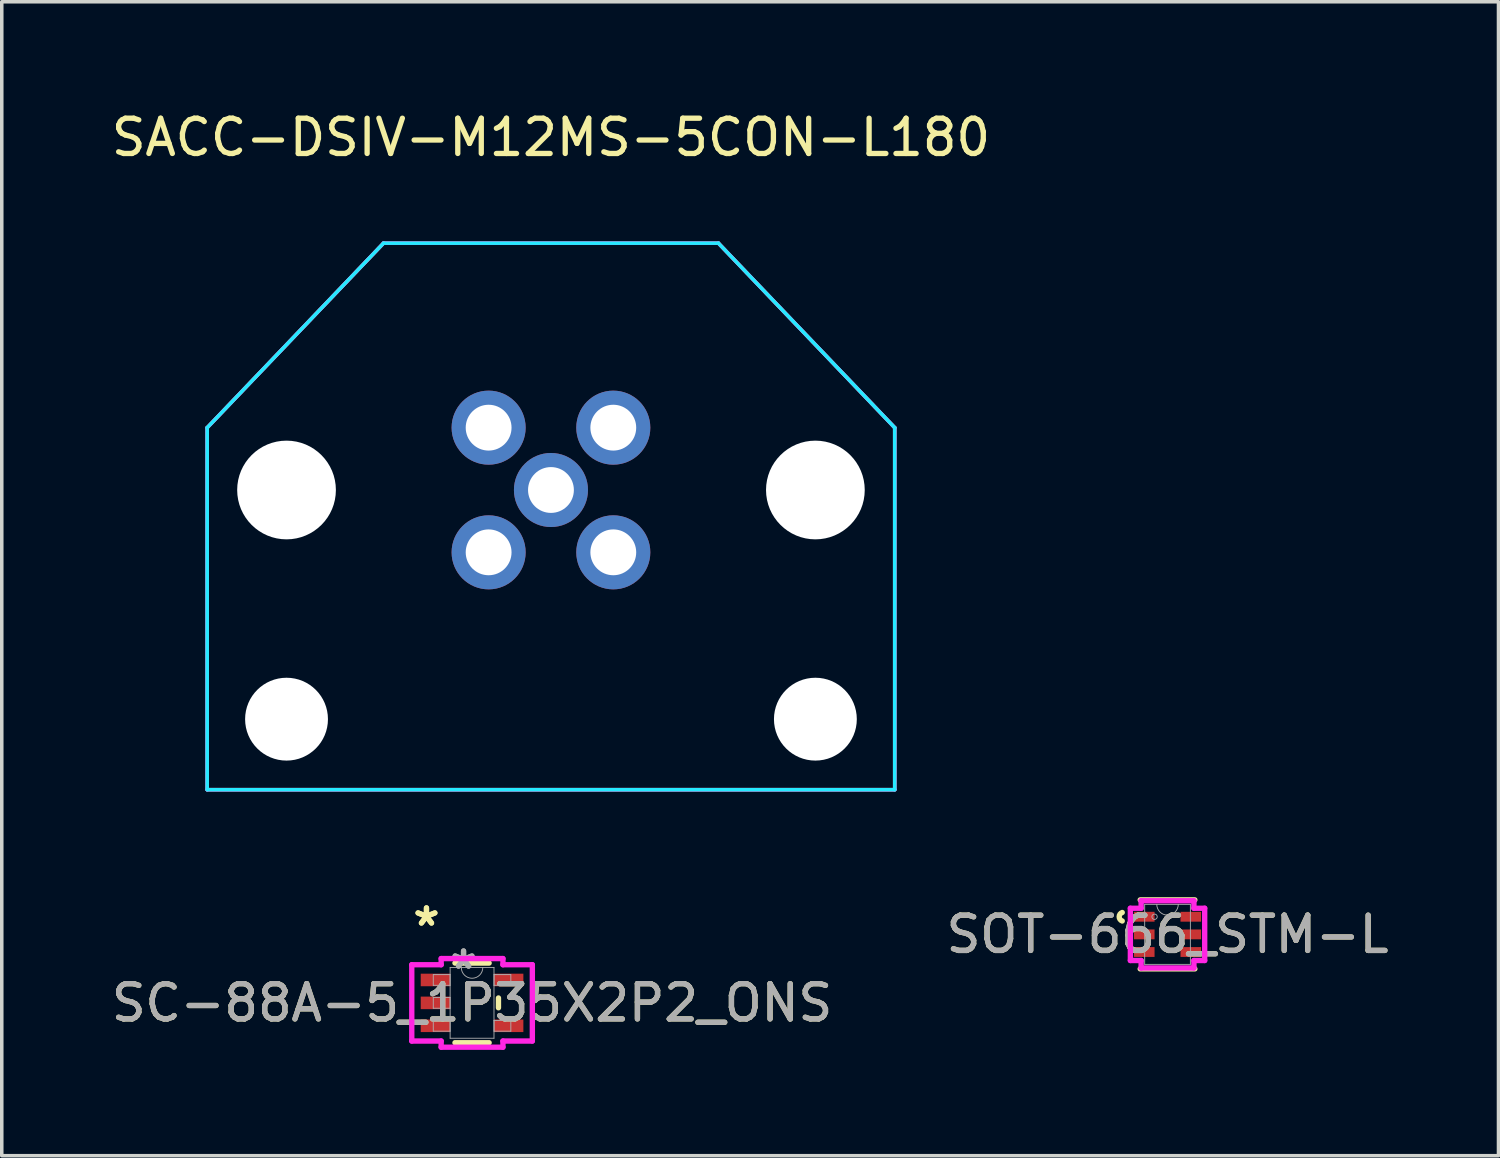
<source format=kicad_pcb>
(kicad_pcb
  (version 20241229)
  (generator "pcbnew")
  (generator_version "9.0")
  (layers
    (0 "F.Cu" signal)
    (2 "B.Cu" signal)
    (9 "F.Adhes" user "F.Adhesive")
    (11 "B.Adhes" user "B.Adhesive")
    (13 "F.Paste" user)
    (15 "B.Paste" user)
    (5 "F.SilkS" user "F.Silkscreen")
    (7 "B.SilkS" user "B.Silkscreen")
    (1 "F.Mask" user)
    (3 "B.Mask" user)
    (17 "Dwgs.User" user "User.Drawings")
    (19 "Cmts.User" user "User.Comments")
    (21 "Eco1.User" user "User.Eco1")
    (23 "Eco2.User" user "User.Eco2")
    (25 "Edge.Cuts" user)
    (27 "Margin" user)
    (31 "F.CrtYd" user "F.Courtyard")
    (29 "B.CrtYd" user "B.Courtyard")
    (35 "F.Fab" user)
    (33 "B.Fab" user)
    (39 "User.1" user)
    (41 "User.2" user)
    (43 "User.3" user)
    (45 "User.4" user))
  (footprint "SC-88A-5_1P35X2P2_ONS"
    (layer "F.Cu")
    (at 10.339 25.395)
    (property "Reference" "SC-88A-5_1P35X2P2_ONS" (at 0 0 0) (unlocked yes) (layer "F.SilkS") (effects (font (size 1 1) (thickness 0.15))))
    (attr smd)
    (fp_line (start -0.484 1.13) (end 0.484 1.13) (stroke (width 0.152) (type solid)) (layer "F.SilkS"))
    (fp_line (start 0.484 -1.13) (end -0.484 -1.13) (stroke (width 0.152) (type solid)) (layer "F.SilkS"))
    (fp_line (start 0.749 0.139) (end 0.749 -0.139) (stroke (width 0.152) (type solid)) (layer "F.SilkS"))
    (fp_line (start -1.71 -1.082) (end -0.876 -1.082) (stroke (width 0.152) (type solid)) (layer "F.CrtYd"))
    (fp_line (start -1.71 1.082) (end -1.71 -1.082) (stroke (width 0.152) (type solid)) (layer "F.CrtYd"))
    (fp_line (start -1.71 1.082) (end -0.876 1.082) (stroke (width 0.152) (type solid)) (layer "F.CrtYd"))
    (fp_line (start -0.876 -1.257) (end 0.876 -1.257) (stroke (width 0.152) (type solid)) (layer "F.CrtYd"))
    (fp_line (start -0.876 -1.082) (end -0.876 -1.257) (stroke (width 0.152) (type solid)) (layer "F.CrtYd"))
    (fp_line (start -0.876 1.257) (end -0.876 1.082) (stroke (width 0.152) (type solid)) (layer "F.CrtYd"))
    (fp_line (start 0.876 -1.257) (end 0.876 -1.082) (stroke (width 0.152) (type solid)) (layer "F.CrtYd"))
    (fp_line (start 0.876 1.082) (end 0.876 1.257) (stroke (width 0.152) (type solid)) (layer "F.CrtYd"))
    (fp_line (start 0.876 1.257) (end -0.876 1.257) (stroke (width 0.152) (type solid)) (layer "F.CrtYd"))
    (fp_line (start 1.71 -1.082) (end 0.876 -1.082) (stroke (width 0.152) (type solid)) (layer "F.CrtYd"))
    (fp_line (start 1.71 -1.082) (end 1.71 1.082) (stroke (width 0.152) (type solid)) (layer "F.CrtYd"))
    (fp_line (start 1.71 1.082) (end 0.876 1.082) (stroke (width 0.152) (type solid)) (layer "F.CrtYd"))
    (fp_line (start -1.1 -0.802) (end -1.1 -0.498) (stroke (width 0.025) (type solid)) (layer "F.Fab"))
    (fp_line (start -1.1 -0.498) (end -0.622 -0.498) (stroke (width 0.025) (type solid)) (layer "F.Fab"))
    (fp_line (start -1.1 -0.152) (end -1.1 0.152) (stroke (width 0.025) (type solid)) (layer "F.Fab"))
    (fp_line (start -1.1 0.152) (end -0.622 0.152) (stroke (width 0.025) (type solid)) (layer "F.Fab"))
    (fp_line (start -1.1 0.498) (end -1.1 0.802) (stroke (width 0.025) (type solid)) (layer "F.Fab"))
    (fp_line (start -1.1 0.802) (end -0.622 0.802) (stroke (width 0.025) (type solid)) (layer "F.Fab"))
    (fp_line (start -0.622 -1.003) (end -0.622 1.003) (stroke (width 0.025) (type solid)) (layer "F.Fab"))
    (fp_line (start -0.622 -0.802) (end -1.1 -0.802) (stroke (width 0.025) (type solid)) (layer "F.Fab"))
    (fp_line (start -0.622 -0.498) (end -0.622 -0.802) (stroke (width 0.025) (type solid)) (layer "F.Fab"))
    (fp_line (start -0.622 -0.152) (end -1.1 -0.152) (stroke (width 0.025) (type solid)) (layer "F.Fab"))
    (fp_line (start -0.622 0.152) (end -0.622 -0.152) (stroke (width 0.025) (type solid)) (layer "F.Fab"))
    (fp_line (start -0.622 0.498) (end -1.1 0.498) (stroke (width 0.025) (type solid)) (layer "F.Fab"))
    (fp_line (start -0.622 0.802) (end -0.622 0.498) (stroke (width 0.025) (type solid)) (layer "F.Fab"))
    (fp_line (start -0.622 1.003) (end 0.622 1.003) (stroke (width 0.025) (type solid)) (layer "F.Fab"))
    (fp_line (start 0.622 -1.003) (end -0.622 -1.003) (stroke (width 0.025) (type solid)) (layer "F.Fab"))
    (fp_line (start 0.622 -0.802) (end 0.622 -0.498) (stroke (width 0.025) (type solid)) (layer "F.Fab"))
    (fp_line (start 0.622 -0.498) (end 1.1 -0.498) (stroke (width 0.025) (type solid)) (layer "F.Fab"))
    (fp_line (start 0.622 0.498) (end 0.622 0.802) (stroke (width 0.025) (type solid)) (layer "F.Fab"))
    (fp_line (start 0.622 0.802) (end 1.1 0.802) (stroke (width 0.025) (type solid)) (layer "F.Fab"))
    (fp_line (start 0.622 1.003) (end 0.622 -1.003) (stroke (width 0.025) (type solid)) (layer "F.Fab"))
    (fp_line (start 1.1 -0.802) (end 0.622 -0.802) (stroke (width 0.025) (type solid)) (layer "F.Fab"))
    (fp_line (start 1.1 -0.498) (end 1.1 -0.802) (stroke (width 0.025) (type solid)) (layer "F.Fab"))
    (fp_line (start 1.1 0.498) (end 0.622 0.498) (stroke (width 0.025) (type solid)) (layer "F.Fab"))
    (fp_line (start 1.1 0.802) (end 1.1 0.498) (stroke (width 0.025) (type solid)) (layer "F.Fab"))
    (fp_arc (start 0.3048 -1.0033) (mid 0 -0.6985) (end -0.3048 -1.0033) (stroke (width 0.0254) (type solid)) (layer "F.Fab"))
    (fp_text user "*" (at -1.293 -2.149 0) (layer "F.SilkS") (effects (font (size 1 1) (thickness 0.15))))
    (fp_text user "*" (at -1.293 -2.149 0) (unlocked yes) (layer "F.SilkS") (effects (font (size 1 1) (thickness 0.15))))
    (fp_text user "${REFERENCE}" (at 0 0 0) (unlocked yes) (layer "F.Fab") (effects (font (size 1 1) (thickness 0.15))))
    (fp_text user "*" (at -0.241 -0.927 0) (unlocked yes) (layer "F.Fab") (effects (font (size 1 1) (thickness 0.15))))
    (fp_text user "*" (at -0.241 -0.927 0) (layer "F.Fab") (effects (font (size 1 1) (thickness 0.15))))
    (pad "1" smd rect (at -1.039 -0.65) (size 0.833 0.356) (layers "F.Cu" "F.Mask" "F.Paste"))
    (pad "2" smd rect (at -1.039 0) (size 0.833 0.356) (layers "F.Cu" "F.Mask" "F.Paste"))
    (pad "3" smd rect (at -1.039 0.65) (size 0.833 0.356) (layers "F.Cu" "F.Mask" "F.Paste"))
    (pad "4" smd rect (at 1.039 0.65) (size 0.833 0.356) (layers "F.Cu" "F.Mask" "F.Paste"))
    (pad "5" smd rect (at 1.039 -0.65) (size 0.833 0.356) (layers "F.Cu" "F.Mask" "F.Paste")))
  (footprint "SACC-DSIV-M12MS-5CON-L180"
    (layer "F.Cu")
    (at 12.577 10.848)
    (property "Reference" "SACC-DSIV-M12MS-5CON-L180" (at 0 -10 0) (unlocked yes) (layer "F.SilkS") (effects (font (size 1 1) (thickness 0.15))))
    (attr through_hole)
    (fp_line (start -9.75 -1.768) (end -4.75 -7) (stroke (width 0.1) (type default)) (layer "F.SilkS"))
    (fp_line (start -9.75 8.5) (end -9.75 -1.768) (stroke (width 0.1) (type default)) (layer "F.SilkS"))
    (fp_line (start -9.75 8.5) (end 9.75 8.5) (stroke (width 0.1) (type default)) (layer "F.SilkS"))
    (fp_line (start -4.75 -7) (end 4.75 -7) (stroke (width 0.1) (type default)) (layer "F.SilkS"))
    (fp_line (start 9.75 -1.768) (end 4.75 -7) (stroke (width 0.1) (type default)) (layer "F.SilkS"))
    (fp_line (start 9.75 8.5) (end 9.75 -1.768) (stroke (width 0.1) (type default)) (layer "F.SilkS"))
    (fp_line (start -9.75 -1.768) (end -4.75 -7) (stroke (width 0.1) (type default)) (layer "B.CrtYd"))
    (fp_line (start -9.75 8.5) (end -9.75 -1.768) (stroke (width 0.1) (type default)) (layer "B.CrtYd"))
    (fp_line (start -9.75 8.5) (end 9.75 8.5) (stroke (width 0.1) (type default)) (layer "B.CrtYd"))
    (fp_line (start -4.75 -7) (end 4.75 -7) (stroke (width 0.1) (type default)) (layer "B.CrtYd"))
    (fp_line (start 9.75 -1.768) (end 4.75 -7) (stroke (width 0.1) (type default)) (layer "B.CrtYd"))
    (fp_line (start 9.75 8.5) (end 9.75 -1.768) (stroke (width 0.1) (type default)) (layer "B.CrtYd"))
    (fp_line (start -9.75 -1.768) (end -4.75 -7) (stroke (width 0.1) (type default)) (layer "F.CrtYd"))
    (fp_line (start -9.75 8.5) (end -9.75 -1.768) (stroke (width 0.1) (type default)) (layer "F.CrtYd"))
    (fp_line (start -9.75 8.5) (end 9.75 8.5) (stroke (width 0.1) (type default)) (layer "F.CrtYd"))
    (fp_line (start -4.75 -7) (end 4.75 -7) (stroke (width 0.1) (type default)) (layer "F.CrtYd"))
    (fp_line (start 9.75 -1.768) (end 4.75 -7) (stroke (width 0.1) (type default)) (layer "F.CrtYd"))
    (fp_line (start 9.75 8.5) (end 9.75 -1.768) (stroke (width 0.1) (type default)) (layer "F.CrtYd"))
    (pad "" np_thru_hole circle (at -7.5 0) (size 2.8 2.8) (drill 2.8) (layers "*.Cu" "*.Mask"))
    (pad "" np_thru_hole circle (at -7.5 6.5) (size 2.35 2.35) (drill 2.35) (layers "*.Cu" "*.Mask"))
    (pad "" np_thru_hole circle (at 7.5 0) (size 2.8 2.8) (drill 2.8) (layers "*.Cu" "*.Mask"))
    (pad "" np_thru_hole circle (at 7.5 6.5) (size 2.35 2.35) (drill 2.35) (layers "*.Cu" "*.Mask"))
    (pad "1" thru_hole circle (at 1.768 -1.768) (size 2.1 2.1) (drill 1.3) (layers "*.Cu" "*.Mask"))
    (pad "2" thru_hole circle (at -1.768 -1.768) (size 2.1 2.1) (drill 1.3) (layers "*.Cu" "*.Mask"))
    (pad "3" thru_hole circle (at -1.768 1.768) (size 2.1 2.1) (drill 1.3) (layers "*.Cu" "*.Mask"))
    (pad "4" thru_hole circle (at 1.768 1.768) (size 2.1 2.1) (drill 1.3) (layers "*.Cu" "*.Mask"))
    (pad "5" thru_hole circle (at 0 0) (size 2.1 2.1) (drill 1.3) (layers "*.Cu" "*.Mask")))
  (footprint "SOT-666_STM-L"
    (layer "F.Cu")
    (at 30.065 23.452)
    (property "Reference" "SOT-666_STM-L" (at 0 0 0) (unlocked yes) (layer "F.SilkS") (effects (font (size 1 1) (thickness 0.15))))
    (attr smd)
    (fp_line (start -0.775 0.978) (end 0.775 0.978) (stroke (width 0.152) (type solid)) (layer "F.SilkS"))
    (fp_line (start 0.775 -0.978) (end -0.775 -0.978) (stroke (width 0.152) (type solid)) (layer "F.SilkS"))
    (fp_arc (start -1.28524 -0.379678) (mid -1.3716 -0.5) (end -1.28524 -0.620322) (stroke (width 0.1524) (type solid)) (layer "F.SilkS"))
    (fp_line (start -1.054 -0.741) (end -0.749 -0.741) (stroke (width 0.152) (type solid)) (layer "F.CrtYd"))
    (fp_line (start -1.054 0.741) (end -1.054 -0.741) (stroke (width 0.152) (type solid)) (layer "F.CrtYd"))
    (fp_line (start -0.749 -0.953) (end 0.749 -0.953) (stroke (width 0.152) (type solid)) (layer "F.CrtYd"))
    (fp_line (start -0.749 -0.741) (end -0.749 -0.953) (stroke (width 0.152) (type solid)) (layer "F.CrtYd"))
    (fp_line (start -0.749 0.741) (end -1.054 0.741) (stroke (width 0.152) (type solid)) (layer "F.CrtYd"))
    (fp_line (start -0.749 0.953) (end -0.749 0.741) (stroke (width 0.152) (type solid)) (layer "F.CrtYd"))
    (fp_line (start 0.749 -0.953) (end 0.749 -0.741) (stroke (width 0.152) (type solid)) (layer "F.CrtYd"))
    (fp_line (start 0.749 -0.741) (end 1.054 -0.741) (stroke (width 0.152) (type solid)) (layer "F.CrtYd"))
    (fp_line (start 0.749 0.741) (end 0.749 0.953) (stroke (width 0.152) (type solid)) (layer "F.CrtYd"))
    (fp_line (start 0.749 0.953) (end -0.749 0.953) (stroke (width 0.152) (type solid)) (layer "F.CrtYd"))
    (fp_line (start 1.054 -0.741) (end 1.054 0.741) (stroke (width 0.152) (type solid)) (layer "F.CrtYd"))
    (fp_line (start 1.054 0.741) (end 0.749 0.741) (stroke (width 0.152) (type solid)) (layer "F.CrtYd"))
    (fp_line (start -0.648 -0.851) (end -0.648 0.851) (stroke (width 0.025) (type solid)) (layer "F.Fab"))
    (fp_line (start -0.648 0.851) (end 0.648 0.851) (stroke (width 0.025) (type solid)) (layer "F.Fab"))
    (fp_line (start 0.648 -0.851) (end -0.648 -0.851) (stroke (width 0.025) (type solid)) (layer "F.Fab"))
    (fp_line (start 0.648 0.851) (end 0.648 -0.851) (stroke (width 0.025) (type solid)) (layer "F.Fab"))
    (fp_arc (start 0.3048 -0.8509) (mid 0 -0.5461) (end -0.3048 -0.8509) (stroke (width 0.0254) (type solid)) (layer "F.Fab"))
    (fp_circle (center -0.368 -0.5) (end -0.292 -0.5) (stroke (width 0.025) (type solid)) (fill no) (layer "F.Fab"))
    (fp_text user "${REFERENCE}" (at 0 0 0) (unlocked yes) (layer "F.Fab") (effects (font (size 1 1) (thickness 0.15))))
    (pad "1" smd rect (at -0.66 -0.5) (size 0.584 0.279) (layers "F.Cu" "F.Mask" "F.Paste"))
    (pad "2" smd rect (at -0.66 0) (size 0.584 0.279) (layers "F.Cu" "F.Mask" "F.Paste"))
    (pad "3" smd rect (at -0.66 0.5) (size 0.584 0.279) (layers "F.Cu" "F.Mask" "F.Paste"))
    (pad "4" smd rect (at 0.66 0.5) (size 0.584 0.279) (layers "F.Cu" "F.Mask" "F.Paste"))
    (pad "5" smd rect (at 0.66 0) (size 0.584 0.279) (layers "F.Cu" "F.Mask" "F.Paste"))
    (pad "6" smd rect (at 0.66 -0.5) (size 0.584 0.279) (layers "F.Cu" "F.Mask" "F.Paste")))
  (gr_rect
    (start -3 -3)
    (end 39.452 29.729)
    (stroke (width 0.1) (type default))
    (fill no)
    (layer "Edge.Cuts")))
</source>
